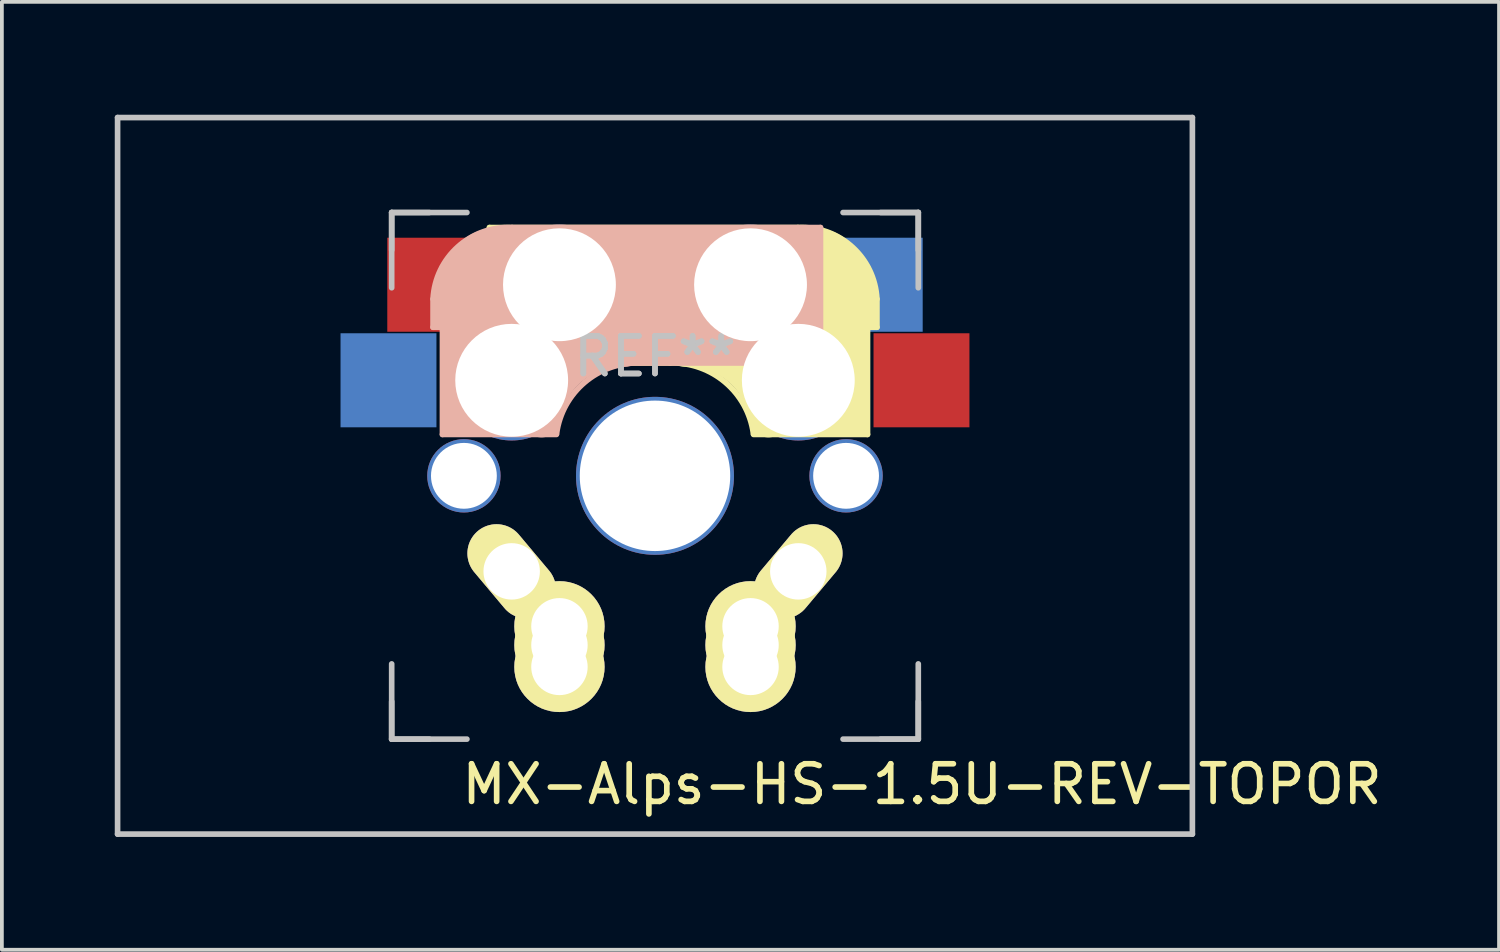
<source format=kicad_pcb>
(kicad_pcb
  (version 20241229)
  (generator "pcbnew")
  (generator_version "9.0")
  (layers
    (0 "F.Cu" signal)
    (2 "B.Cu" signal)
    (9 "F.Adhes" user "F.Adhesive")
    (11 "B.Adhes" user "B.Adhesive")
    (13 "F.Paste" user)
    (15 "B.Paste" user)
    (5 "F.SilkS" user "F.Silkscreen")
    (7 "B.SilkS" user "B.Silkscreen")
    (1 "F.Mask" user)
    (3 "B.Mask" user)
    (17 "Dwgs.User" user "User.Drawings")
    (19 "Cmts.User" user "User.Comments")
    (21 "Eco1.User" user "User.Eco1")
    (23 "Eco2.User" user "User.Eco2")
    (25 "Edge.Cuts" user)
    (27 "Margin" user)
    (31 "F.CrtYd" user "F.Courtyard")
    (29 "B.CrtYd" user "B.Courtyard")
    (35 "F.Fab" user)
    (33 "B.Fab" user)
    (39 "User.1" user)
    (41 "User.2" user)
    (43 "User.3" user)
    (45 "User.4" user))
  (footprint "MX-Alps-HS-1.5U-REV-TOPOR"
    (layer "F.Cu")
    (at 14.363 9.6)
    (property "Reference" "MX-Alps-HS-1.5U-REV-TOPOR" (at 7.1 8.2 0) (layer "F.SilkS") (effects (font (size 1 1) (thickness 0.15))))
    (attr through_hole)
    (fp_line (start -4.4 -6.6) (end 3.8 -6.6) (stroke (width 0.15) (type solid)) (layer "F.SilkS"))
    (fp_line (start -4.4 -3) (end -4.4 -6.6) (stroke (width 0.15) (type solid)) (layer "F.SilkS"))
    (fp_line (start -4.38 -4) (end -4.38 -6.25) (stroke (width 0.15) (type solid)) (layer "F.SilkS"))
    (fp_line (start -4.25 -6.4) (end -3 -6.4) (stroke (width 0.4) (type solid)) (layer "F.SilkS"))
    (fp_line (start -4.2 -3.25) (end -2.9 -3.3) (stroke (width 0.5) (type solid)) (layer "F.SilkS"))
    (fp_line (start -3.9 -6) (end -3.9 -3.5) (stroke (width 1) (type solid)) (layer "F.SilkS"))
    (fp_line (start -2.6 -4.8) (end 4.1 -4.8) (stroke (width 3.5) (type solid)) (layer "F.SilkS"))
    (fp_line (start 0.4 -3) (end -4.4 -3) (stroke (width 0.15) (type solid)) (layer "F.SilkS"))
    (fp_line (start 4.17 -5.1) (end 4.17 -2.86) (stroke (width 3) (type solid)) (layer "F.SilkS"))
    (fp_line (start 5.3 -1.6) (end 5.3 -3.4) (stroke (width 0.8) (type solid)) (layer "F.SilkS"))
    (fp_line (start 5.45 -1.3) (end 3 -1.3) (stroke (width 0.5) (type solid)) (layer "F.SilkS"))
    (fp_line (start 5.65 -5.55) (end 5.65 -1.1) (stroke (width 0.15) (type solid)) (layer "F.SilkS"))
    (fp_line (start 5.65 -1.1) (end 2.62 -1.1) (stroke (width 0.15) (type solid)) (layer "F.SilkS"))
    (fp_line (start 5.8 -4.05) (end 5.8 -4.7) (stroke (width 0.3) (type solid)) (layer "F.SilkS"))
    (fp_line (start 5.9 -4.7) (end 5.9 -3.95) (stroke (width 0.15) (type solid)) (layer "F.SilkS"))
    (fp_line (start 5.9 -3.95) (end 5.7 -3.95) (stroke (width 0.15) (type solid)) (layer "F.SilkS"))
    (fp_arc (start 0.4 -3) (mid 1.868709 -2.486118) (end 2.616318 -1.121471) (stroke (width 0.15) (type solid)) (layer "F.SilkS"))
    (fp_arc (start 0.8 -3.4) (mid 2.268709 -2.886118) (end 3.016318 -1.521471) (stroke (width 1) (type solid)) (layer "F.SilkS"))
    (fp_arc (start 3.800001 -6.6) (mid 5.243504 -6.084924) (end 5.9 -4.699999) (stroke (width 0.15) (type solid)) (layer "F.SilkS"))
    (fp_line (start -5.9 -4.7) (end -5.9 -3.95) (stroke (width 0.15) (type solid)) (layer "B.SilkS"))
    (fp_line (start -5.9 -3.95) (end -5.7 -3.95) (stroke (width 0.15) (type solid)) (layer "B.SilkS"))
    (fp_line (start -5.8 -4.05) (end -5.8 -4.7) (stroke (width 0.3) (type solid)) (layer "B.SilkS"))
    (fp_line (start -5.65 -5.55) (end -5.65 -1.1) (stroke (width 0.15) (type solid)) (layer "B.SilkS"))
    (fp_line (start -5.65 -1.1) (end -2.62 -1.1) (stroke (width 0.15) (type solid)) (layer "B.SilkS"))
    (fp_line (start -5.45 -1.3) (end -3 -1.3) (stroke (width 0.5) (type solid)) (layer "B.SilkS"))
    (fp_line (start -5.3 -1.6) (end -5.3 -3.4) (stroke (width 0.8) (type solid)) (layer "B.SilkS"))
    (fp_line (start -4.17 -5.1) (end -4.17 -2.86) (stroke (width 3) (type solid)) (layer "B.SilkS"))
    (fp_line (start -0.4 -3) (end 4.4 -3) (stroke (width 0.15) (type solid)) (layer "B.SilkS"))
    (fp_line (start 2.6 -4.8) (end -4.1 -4.8) (stroke (width 3.5) (type solid)) (layer "B.SilkS"))
    (fp_line (start 3.9 -6) (end 3.9 -3.5) (stroke (width 1) (type solid)) (layer "B.SilkS"))
    (fp_line (start 3.9 -6) (end 3.9 -3.5) (stroke (width 1) (type solid)) (layer "B.SilkS"))
    (fp_line (start 4.2 -3.25) (end 2.9 -3.3) (stroke (width 0.5) (type solid)) (layer "B.SilkS"))
    (fp_line (start 4.25 -6.4) (end 3 -6.4) (stroke (width 0.4) (type solid)) (layer "B.SilkS"))
    (fp_line (start 4.38 -4) (end 4.38 -6.25) (stroke (width 0.15) (type solid)) (layer "B.SilkS"))
    (fp_line (start 4.4 -6.6) (end -3.8 -6.6) (stroke (width 0.15) (type solid)) (layer "B.SilkS"))
    (fp_line (start 4.4 -3) (end 4.4 -6.6) (stroke (width 0.15) (type solid)) (layer "B.SilkS"))
    (fp_arc (start -5.9 -4.699999) (mid -5.243504 -6.084924) (end -3.800001 -6.6) (stroke (width 0.15) (type solid)) (layer "B.SilkS"))
    (fp_arc (start -3.016318 -1.521471) (mid -2.268709 -2.886118) (end -0.8 -3.4) (stroke (width 1) (type solid)) (layer "B.SilkS"))
    (fp_arc (start -2.616318 -1.121471) (mid -1.868709 -2.486118) (end -0.4 -3) (stroke (width 0.15) (type solid)) (layer "B.SilkS"))
    (fp_line (start -14.287 -9.525) (end 14.287 -9.525) (stroke (width 0.15) (type solid)) (layer "Dwgs.User"))
    (fp_line (start -14.287 9.525) (end -14.287 -9.525) (stroke (width 0.15) (type solid)) (layer "Dwgs.User"))
    (fp_line (start -7 -7) (end -7 -5) (stroke (width 0.15) (type solid)) (layer "Dwgs.User"))
    (fp_line (start -7 -7) (end -6 -7) (stroke (width 0.15) (type solid)) (layer "Dwgs.User"))
    (fp_line (start -7 -6) (end -7 -7) (stroke (width 0.15) (type solid)) (layer "Dwgs.User"))
    (fp_line (start -7 6) (end -7 7) (stroke (width 0.15) (type solid)) (layer "Dwgs.User"))
    (fp_line (start -7 7) (end -7 5) (stroke (width 0.15) (type solid)) (layer "Dwgs.User"))
    (fp_line (start -7 7) (end -6 7) (stroke (width 0.15) (type solid)) (layer "Dwgs.User"))
    (fp_line (start -5 -7) (end -7 -7) (stroke (width 0.15) (type solid)) (layer "Dwgs.User"))
    (fp_line (start -5 7) (end -7 7) (stroke (width 0.15) (type solid)) (layer "Dwgs.User"))
    (fp_line (start 5 7) (end 7 7) (stroke (width 0.15) (type solid)) (layer "Dwgs.User"))
    (fp_line (start 6 7) (end 7 7) (stroke (width 0.15) (type solid)) (layer "Dwgs.User"))
    (fp_line (start 7 -7) (end 5 -7) (stroke (width 0.15) (type solid)) (layer "Dwgs.User"))
    (fp_line (start 7 -7) (end 6 -7) (stroke (width 0.15) (type solid)) (layer "Dwgs.User"))
    (fp_line (start 7 -7) (end 7 -6) (stroke (width 0.15) (type solid)) (layer "Dwgs.User"))
    (fp_line (start 7 -5) (end 7 -7) (stroke (width 0.15) (type solid)) (layer "Dwgs.User"))
    (fp_line (start 7 7) (end 7 5) (stroke (width 0.15) (type solid)) (layer "Dwgs.User"))
    (fp_line (start 7 7) (end 7 6) (stroke (width 0.15) (type solid)) (layer "Dwgs.User"))
    (fp_line (start 14.287 -9.525) (end 14.287 9.525) (stroke (width 0.15) (type solid)) (layer "Dwgs.User"))
    (fp_line (start 14.287 9.525) (end -14.287 9.525) (stroke (width 0.15) (type solid)) (layer "Dwgs.User"))
    (fp_text user "REF**" (at 0 -3.175 180) (layer "Dwgs.User") (effects (font (size 1 1) (thickness 0.15))))
    (fp_text user "REF**" (at 0 -3.175 180) (layer "Dwgs.User") (effects (font (size 1 1) (thickness 0.15))))
    (pad "" np_thru_hole circle (at -5.08 0) (size 1.95 1.95) (drill 1.75) (layers "*.Cu" "*.Mask"))
    (pad "" np_thru_hole circle (at -3.81 -2.54) (size 3.2 3.2) (drill 3) (layers "*.Cu" "*.Mask"))
    (pad "" np_thru_hole circle (at -2.54 -5.08) (size 3.2 3.2) (drill 3) (layers "*.Cu" "*.Mask"))
    (pad "" np_thru_hole circle (at 0 0 90) (size 4.2 4.2) (drill 4) (layers "*.Cu" "*.Mask"))
    (pad "" np_thru_hole circle (at 2.54 -5.08) (size 3.2 3.2) (drill 3) (layers "*.Cu" "*.Mask"))
    (pad "" np_thru_hole circle (at 3.81 -2.54) (size 3.2 3.2) (drill 3) (layers "*.Cu" "*.Mask"))
    (pad "" np_thru_hole circle (at 5.08 0 228.1) (size 1.95 1.95) (drill 1.75) (layers "*.Cu" "*.Mask"))
    (pad "1" smd rect (at -7.085 -2.54 180) (size 2.55 2.5) (layers "B.Cu" "B.Mask" "B.Paste"))
    (pad "1" smd rect (at -5.842 -5.08 180) (size 2.55 2.5) (layers "F.Cu" "F.Mask" "F.Paste"))
    (pad "1" thru_hole oval (at -3.81 2.54 130) (size 2.8 1.55) (drill 1.5) (layers "*.Cu" "*.Mask" "F.SilkS"))
    (pad "1" thru_hole circle (at -2.54 4 180) (size 2.4 2.4) (drill 1.5) (layers "*.Cu" "*.Mask" "F.SilkS"))
    (pad "1" thru_hole circle (at -2.54 4.5 180) (size 2.4 2.4) (drill 1.5) (layers "*.Cu" "*.Mask" "F.SilkS"))
    (pad "1" thru_hole circle (at -2.54 5.08 180) (size 2.4 2.4) (drill 1.5) (layers "*.Cu" "*.Mask" "F.SilkS"))
    (pad "2" thru_hole circle (at 2.54 4 180) (size 2.4 2.4) (drill 1.5) (layers "*.Cu" "*.Mask" "F.SilkS"))
    (pad "2" thru_hole circle (at 2.54 4.5 180) (size 2.4 2.4) (drill 1.5) (layers "*.Cu" "*.Mask" "F.SilkS"))
    (pad "2" thru_hole circle (at 2.54 5.08 180) (size 2.4 2.4) (drill 1.5) (layers "*.Cu" "*.Mask" "F.SilkS"))
    (pad "2" thru_hole oval (at 3.81 2.54 230) (size 2.8 1.55) (drill 1.5) (layers "*.Cu" "*.Mask" "F.SilkS"))
    (pad "2" smd rect (at 5.842 -5.08 180) (size 2.55 2.5) (layers "B.Cu" "B.Mask" "B.Paste"))
    (pad "2" smd rect (at 7.085 -2.54 180) (size 2.55 2.5) (layers "F.Cu" "F.Mask" "F.Paste")))
  (gr_rect
    (start -3 -3)
    (end 36.802 22.2)
    (stroke (width 0.1) (type default))
    (fill no)
    (layer "Edge.Cuts")))
</source>
